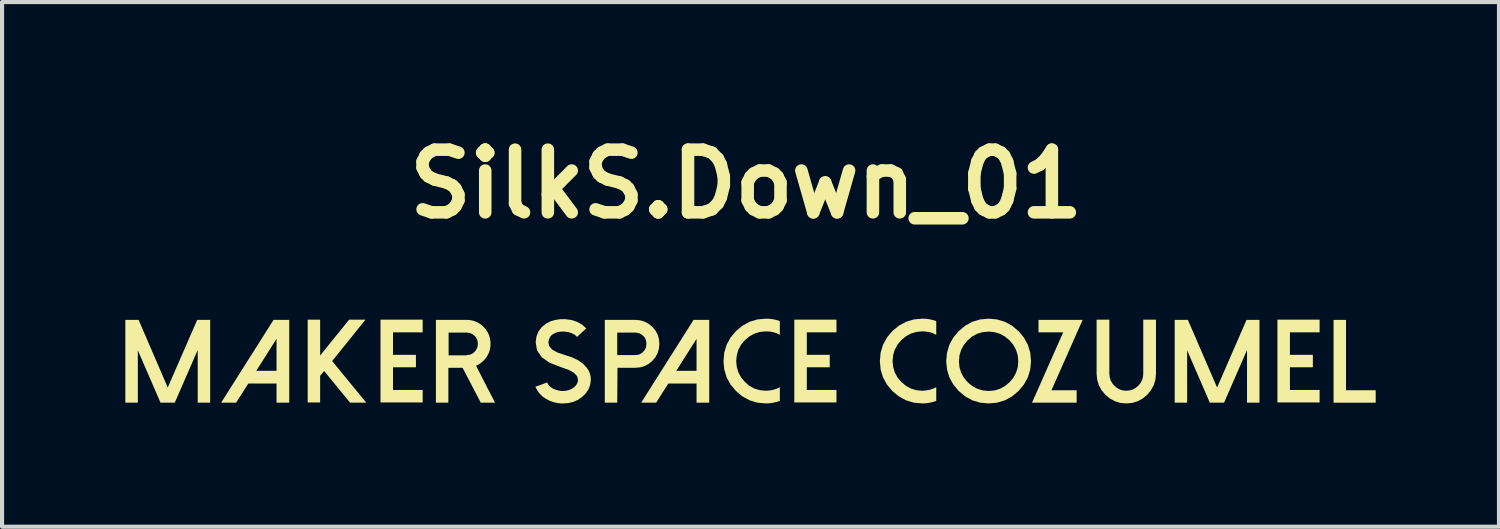
<source format=kicad_pcb>
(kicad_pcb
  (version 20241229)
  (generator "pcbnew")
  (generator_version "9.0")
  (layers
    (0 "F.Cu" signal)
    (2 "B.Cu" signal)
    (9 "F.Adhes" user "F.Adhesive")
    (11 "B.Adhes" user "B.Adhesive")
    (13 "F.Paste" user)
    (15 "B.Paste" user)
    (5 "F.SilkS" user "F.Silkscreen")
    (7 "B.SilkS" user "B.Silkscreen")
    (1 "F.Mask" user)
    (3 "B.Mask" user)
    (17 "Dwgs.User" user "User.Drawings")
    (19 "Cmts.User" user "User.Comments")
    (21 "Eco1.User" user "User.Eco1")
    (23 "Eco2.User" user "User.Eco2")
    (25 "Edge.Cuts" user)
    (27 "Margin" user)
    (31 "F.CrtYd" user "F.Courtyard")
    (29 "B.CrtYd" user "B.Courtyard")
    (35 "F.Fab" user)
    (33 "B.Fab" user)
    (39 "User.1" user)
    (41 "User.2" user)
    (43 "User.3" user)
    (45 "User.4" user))
  (footprint "SilkS.Down_01"
    (layer "F.Cu")
    (at 15.107 5.621)
    (property "Reference" "SilkS.Down_01" (at 0 -4.194 0) (layer "F.SilkS") (effects (font (size 1.524 1.524) (thickness 0.305))))
    (attr smd)
    (fp_poly (pts (xy 14.596 -0.887) (xy 14.596 -0.459) (xy 14.596 -0.031) (xy 14.596 0.397) (xy 14.596 0.825) (xy 14.777 0.825) (xy 14.957 0.825) (xy 15.138 0.825) (xy 15.318 0.825) (xy 15.318 0.9) (xy 15.318 0.976) (xy 15.318 1.052) (xy 15.318 1.128) (xy 15.062 1.128) (xy 14.806 1.128) (xy 14.549 1.128) (xy 14.293 1.128) (xy 14.293 0.624) (xy 14.293 0.12) (xy 14.293 -0.383) (xy 14.293 -0.887) (xy 14.369 -0.887) (xy 14.445 -0.887) (xy 14.52 -0.887) (xy 14.596 -0.887)) (stroke (width 0) (type solid)) (fill yes) (layer "F.SilkS"))
    (fp_poly (pts (xy 8.187 -0.887) (xy 7.997 -0.459) (xy 7.808 -0.031) (xy 7.618 0.397) (xy 7.428 0.825) (xy 7.582 0.825) (xy 7.735 0.825) (xy 7.888 0.825) (xy 8.041 0.825) (xy 8.041 0.9) (xy 8.041 0.976) (xy 8.041 1.052) (xy 8.041 1.128) (xy 7.77 1.128) (xy 7.498 1.128) (xy 7.227 1.128) (xy 6.955 1.128) (xy 7.145 0.7) (xy 7.334 0.272) (xy 7.524 -0.156) (xy 7.714 -0.584) (xy 7.564 -0.584) (xy 7.413 -0.584) (xy 7.263 -0.584) (xy 7.113 -0.584) (xy 7.113 -0.659) (xy 7.113 -0.735) (xy 7.113 -0.811) (xy 7.113 -0.887) (xy 7.382 -0.887) (xy 7.65 -0.887) (xy 7.919 -0.887) (xy 8.187 -0.887)) (stroke (width 0) (type solid)) (fill yes) (layer "F.SilkS"))
    (fp_poly (pts (xy -1.7 0.351) (xy -0.899 0.624) (xy -0.899 1.128) (xy -0.976 1.128) (xy -1.053 1.128) (xy -1.131 1.128) (xy -1.208 1.128) (xy -1.208 1.011) (xy -1.208 0.894) (xy -1.208 0.777) (xy -1.208 0.661) (xy -1.38 0.661) (xy -1.551 0.661) (xy -1.722 0.661) (xy -1.894 0.661) (xy -1.968 0.777) (xy -2.043 0.894) (xy -2.117 1.011) (xy -2.191 1.128) (xy -2.282 1.128) (xy -2.373 1.128) (xy -2.464 1.128) (xy -2.555 1.128) (xy -2.237 0.624) (xy -1.918 0.12) (xy -1.599 -0.383) (xy -1.281 -0.887) (xy -1.185 -0.887) (xy -1.09 -0.887) (xy -0.994 -0.887) (xy -0.899 -0.887) (xy -0.899 -0.383) (xy -0.899 0.12) (xy -0.899 0.624) (xy -1.7 0.351) (xy -1.577 0.351) (xy -1.454 0.351) (xy -1.331 0.351) (xy -1.208 0.351) (xy -1.208 0.157) (xy -1.208 -0.037) (xy -1.208 -0.232) (xy -1.208 -0.426) (xy -1.331 -0.232) (xy -1.454 -0.037) (xy -1.577 0.157) (xy -1.7 0.351)) (stroke (width 0) (type solid)) (fill yes) (layer "F.SilkS"))
    (fp_poly (pts (xy 2.197 -0.887) (xy 2.197 -0.811) (xy 2.197 -0.735) (xy 2.197 -0.659) (xy 2.197 -0.584) (xy 2.016 -0.584) (xy 1.836 -0.584) (xy 1.655 -0.584) (xy 1.475 -0.584) (xy 1.475 -0.447) (xy 1.475 -0.311) (xy 1.475 -0.174) (xy 1.475 -0.037) (xy 1.614 -0.037) (xy 1.754 -0.037) (xy 1.893 -0.037) (xy 2.033 -0.037) (xy 2.033 0.038) (xy 2.033 0.114) (xy 2.033 0.19) (xy 2.033 0.266) (xy 1.893 0.266) (xy 1.754 0.266) (xy 1.614 0.266) (xy 1.475 0.266) (xy 1.475 0.404) (xy 1.475 0.542) (xy 1.475 0.68) (xy 1.475 0.818) (xy 1.655 0.818) (xy 1.836 0.818) (xy 2.016 0.818) (xy 2.197 0.818) (xy 2.197 0.894) (xy 2.197 0.97) (xy 2.197 1.046) (xy 2.197 1.122) (xy 1.941 1.122) (xy 1.684 1.122) (xy 1.428 1.122) (xy 1.171 1.122) (xy 1.171 0.618) (xy 1.171 0.114) (xy 1.171 -0.389) (xy 1.171 -0.893) (xy 1.428 -0.893) (xy 1.684 -0.893) (xy 1.941 -0.893) (xy 2.197 -0.893) (xy 2.197 -0.892) (xy 2.197 -0.89) (xy 2.197 -0.889) (xy 2.197 -0.887)) (stroke (width 0) (type solid)) (fill yes) (layer "F.SilkS"))
    (fp_poly (pts (xy 12.49 -0.887) (xy 12.49 -0.383) (xy 12.49 0.12) (xy 12.49 0.624) (xy 12.49 1.128) (xy 12.414 1.128) (xy 12.339 1.128) (xy 12.263 1.128) (xy 12.187 1.128) (xy 12.187 0.808) (xy 12.187 0.488) (xy 12.187 0.168) (xy 12.187 -0.153) (xy 12.047 0.168) (xy 11.907 0.488) (xy 11.768 0.808) (xy 11.628 1.128) (xy 11.542 1.128) (xy 11.455 1.128) (xy 11.369 1.128) (xy 11.282 1.128) (xy 11.144 0.809) (xy 11.006 0.49) (xy 10.868 0.172) (xy 10.73 -0.147) (xy 10.73 0.172) (xy 10.73 0.49) (xy 10.73 0.809) (xy 10.73 1.128) (xy 10.654 1.128) (xy 10.578 1.128) (xy 10.503 1.128) (xy 10.427 1.128) (xy 10.427 0.624) (xy 10.427 0.12) (xy 10.427 -0.383) (xy 10.427 -0.887) (xy 10.507 -0.887) (xy 10.588 -0.887) (xy 10.668 -0.887) (xy 10.748 -0.887) (xy 10.926 -0.476) (xy 11.103 -0.065) (xy 11.281 0.347) (xy 11.459 0.758) (xy 11.638 0.347) (xy 11.817 -0.065) (xy 11.996 -0.476) (xy 12.175 -0.887) (xy 12.254 -0.887) (xy 12.332 -0.887) (xy 12.411 -0.887) (xy 12.49 -0.887)) (stroke (width 0) (type solid)) (fill yes) (layer "F.SilkS"))
    (fp_poly (pts (xy 13.953 -0.887) (xy 13.953 -0.811) (xy 13.953 -0.735) (xy 13.953 -0.659) (xy 13.953 -0.584) (xy 13.772 -0.584) (xy 13.592 -0.584) (xy 13.411 -0.584) (xy 13.231 -0.584) (xy 13.231 -0.447) (xy 13.231 -0.311) (xy 13.231 -0.174) (xy 13.231 -0.037) (xy 13.37 -0.037) (xy 13.51 -0.037) (xy 13.65 -0.037) (xy 13.789 -0.037) (xy 13.789 0.038) (xy 13.789 0.114) (xy 13.789 0.19) (xy 13.789 0.266) (xy 13.65 0.266) (xy 13.51 0.266) (xy 13.37 0.266) (xy 13.231 0.266) (xy 13.231 0.404) (xy 13.231 0.542) (xy 13.231 0.68) (xy 13.231 0.818) (xy 13.411 0.818) (xy 13.592 0.818) (xy 13.772 0.818) (xy 13.953 0.818) (xy 13.953 0.894) (xy 13.953 0.97) (xy 13.953 1.046) (xy 13.953 1.122) (xy 13.696 1.122) (xy 13.44 1.122) (xy 13.184 1.122) (xy 12.927 1.122) (xy 12.927 0.618) (xy 12.927 0.114) (xy 12.927 -0.389) (xy 12.927 -0.893) (xy 13.184 -0.893) (xy 13.44 -0.893) (xy 13.696 -0.893) (xy 13.953 -0.893) (xy 13.953 -0.892) (xy 13.953 -0.89) (xy 13.953 -0.889) (xy 13.953 -0.887)) (stroke (width 0) (type solid)) (fill yes) (layer "F.SilkS"))
    (fp_poly (pts (xy 0.479 0.837) (xy 0.569 0.831) (xy 0.656 0.815) (xy 0.74 0.788) (xy 0.819 0.752) (xy 0.819 0.835) (xy 0.819 0.919) (xy 0.819 1.002) (xy 0.819 1.085) (xy 0.736 1.11) (xy 0.651 1.13) (xy 0.566 1.142) (xy 0.479 1.146) (xy 0.273 1.127) (xy 0.083 1.07) (xy -0.091 0.975) (xy -0.249 0.843) (xy -0.381 0.685) (xy -0.476 0.511) (xy -0.533 0.321) (xy -0.552 0.115) (xy -0.533 -0.091) (xy -0.476 -0.282) (xy -0.381 -0.456) (xy -0.249 -0.614) (xy -0.091 -0.746) (xy 0.083 -0.841) (xy 0.273 -0.898) (xy 0.479 -0.917) (xy 0.566 -0.914) (xy 0.651 -0.903) (xy 0.736 -0.884) (xy 0.819 -0.857) (xy 0.819 -0.773) (xy 0.819 -0.69) (xy 0.819 -0.606) (xy 0.819 -0.523) (xy 0.74 -0.562) (xy 0.656 -0.588) (xy 0.569 -0.603) (xy 0.479 -0.608) (xy 0.335 -0.594) (xy 0.202 -0.554) (xy 0.08 -0.487) (xy -0.031 -0.395) (xy -0.123 -0.285) (xy -0.189 -0.163) (xy -0.229 -0.03) (xy -0.243 0.115) (xy -0.229 0.259) (xy -0.189 0.392) (xy -0.123 0.514) (xy -0.031 0.624) (xy 0.08 0.719) (xy 0.202 0.785) (xy 0.335 0.824) (xy 0.479 0.837)) (stroke (width 0) (type solid)) (fill yes) (layer "F.SilkS"))
    (fp_poly (pts (xy 4.284 0.837) (xy 4.374 0.831) (xy 4.461 0.815) (xy 4.545 0.788) (xy 4.625 0.752) (xy 4.625 0.835) (xy 4.625 0.919) (xy 4.625 1.002) (xy 4.625 1.085) (xy 4.542 1.11) (xy 4.457 1.13) (xy 4.371 1.142) (xy 4.284 1.146) (xy 4.079 1.127) (xy 3.889 1.07) (xy 3.715 0.975) (xy 3.556 0.843) (xy 3.424 0.685) (xy 3.329 0.511) (xy 3.272 0.321) (xy 3.253 0.115) (xy 3.272 -0.091) (xy 3.329 -0.282) (xy 3.424 -0.456) (xy 3.556 -0.614) (xy 3.715 -0.746) (xy 3.889 -0.841) (xy 4.079 -0.898) (xy 4.284 -0.917) (xy 4.371 -0.914) (xy 4.457 -0.903) (xy 4.542 -0.884) (xy 4.625 -0.857) (xy 4.625 -0.773) (xy 4.625 -0.69) (xy 4.625 -0.606) (xy 4.625 -0.523) (xy 4.545 -0.562) (xy 4.461 -0.588) (xy 4.374 -0.603) (xy 4.284 -0.608) (xy 4.14 -0.594) (xy 4.007 -0.554) (xy 3.885 -0.487) (xy 3.775 -0.395) (xy 3.683 -0.285) (xy 3.616 -0.163) (xy 3.576 -0.03) (xy 3.562 0.115) (xy 3.576 0.259) (xy 3.616 0.392) (xy 3.683 0.514) (xy 3.775 0.624) (xy 3.889 0.719) (xy 4.011 0.785) (xy 4.143 0.824) (xy 4.284 0.837)) (stroke (width 0) (type solid)) (fill yes) (layer "F.SilkS"))
    (fp_poly (pts (xy 8.739 0.934) (xy 8.647 0.823) (xy 8.581 0.701) (xy 8.541 0.568) (xy 8.527 0.424) (xy 8.527 0.095) (xy 8.527 -0.235) (xy 8.527 -0.564) (xy 8.527 -0.893) (xy 8.605 -0.893) (xy 8.682 -0.893) (xy 8.759 -0.893) (xy 8.837 -0.893) (xy 8.837 -0.564) (xy 8.837 -0.235) (xy 8.837 0.095) (xy 8.837 0.424) (xy 8.845 0.507) (xy 8.868 0.583) (xy 8.906 0.653) (xy 8.958 0.715) (xy 9.021 0.767) (xy 9.09 0.806) (xy 9.166 0.829) (xy 9.25 0.837) (xy 9.332 0.829) (xy 9.409 0.806) (xy 9.478 0.767) (xy 9.541 0.715) (xy 9.593 0.653) (xy 9.631 0.583) (xy 9.654 0.507) (xy 9.662 0.424) (xy 9.662 0.095) (xy 9.662 -0.235) (xy 9.662 -0.564) (xy 9.662 -0.893) (xy 9.739 -0.893) (xy 9.817 -0.893) (xy 9.894 -0.893) (xy 9.972 -0.893) (xy 9.972 -0.564) (xy 9.972 -0.235) (xy 9.972 0.095) (xy 9.972 0.424) (xy 9.958 0.568) (xy 9.918 0.699) (xy 9.851 0.821) (xy 9.759 0.934) (xy 9.649 1.026) (xy 9.527 1.092) (xy 9.394 1.133) (xy 9.25 1.146) (xy 9.105 1.133) (xy 8.972 1.092) (xy 8.85 1.026) (xy 8.739 0.934)) (stroke (width 0) (type solid)) (fill yes) (layer "F.SilkS"))
    (fp_poly (pts (xy -3.138 -0.031) (xy -3.138 1.128) (xy -3.214 1.128) (xy -3.29 1.128) (xy -3.366 1.128) (xy -3.441 1.128) (xy -3.441 0.624) (xy -3.441 0.12) (xy -3.441 -0.383) (xy -3.441 -0.887) (xy -3.255 -0.887) (xy -3.068 -0.887) (xy -2.882 -0.887) (xy -2.695 -0.887) (xy -2.58 -0.877) (xy -2.473 -0.845) (xy -2.373 -0.792) (xy -2.282 -0.717) (xy -2.207 -0.627) (xy -2.154 -0.529) (xy -2.123 -0.422) (xy -2.112 -0.305) (xy -2.123 -0.19) (xy -2.154 -0.082) (xy -2.207 0.017) (xy -2.282 0.108) (xy -2.372 0.183) (xy -2.47 0.236) (xy -2.578 0.268) (xy -2.695 0.278) (xy -2.804 0.278) (xy -2.914 0.278) (xy -3.023 0.278) (xy -3.132 0.278) (xy -3.133 0.491) (xy -3.135 0.703) (xy -3.136 0.915) (xy -3.138 1.128) (xy -3.138 -0.031) (xy -3.029 -0.031) (xy -2.919 -0.031) (xy -2.81 -0.031) (xy -2.701 -0.031) (xy -2.645 -0.036) (xy -2.595 -0.05) (xy -2.549 -0.075) (xy -2.507 -0.11) (xy -2.471 -0.152) (xy -2.447 -0.198) (xy -2.433 -0.249) (xy -2.428 -0.305) (xy -2.433 -0.361) (xy -2.447 -0.413) (xy -2.471 -0.459) (xy -2.507 -0.499) (xy -2.55 -0.534) (xy -2.597 -0.559) (xy -2.648 -0.573) (xy -2.701 -0.578) (xy -2.81 -0.578) (xy -2.919 -0.578) (xy -3.029 -0.578) (xy -3.138 -0.578) (xy -3.138 -0.441) (xy -3.138 -0.304) (xy -3.138 -0.168) (xy -3.138 -0.031)) (stroke (width 0) (type solid)) (fill yes) (layer "F.SilkS"))
    (fp_poly (pts (xy 5.389 -0.389) (xy 4.867 0.114) (xy 4.887 -0.092) (xy 4.944 -0.282) (xy 5.039 -0.456) (xy 5.171 -0.614) (xy 5.329 -0.746) (xy 5.503 -0.841) (xy 5.693 -0.898) (xy 5.899 -0.917) (xy 6.105 -0.898) (xy 6.295 -0.841) (xy 6.469 -0.746) (xy 6.627 -0.614) (xy 6.759 -0.456) (xy 6.854 -0.282) (xy 6.912 -0.092) (xy 6.931 0.114) (xy 6.912 0.32) (xy 6.854 0.51) (xy 6.759 0.684) (xy 6.627 0.843) (xy 6.469 0.975) (xy 6.295 1.07) (xy 6.105 1.127) (xy 5.899 1.146) (xy 5.693 1.127) (xy 5.503 1.07) (xy 5.329 0.975) (xy 5.171 0.843) (xy 5.039 0.684) (xy 4.944 0.51) (xy 4.887 0.32) (xy 4.867 0.114) (xy 5.389 -0.389) (xy 5.297 -0.279) (xy 5.231 -0.157) (xy 5.19 -0.024) (xy 5.177 0.121) (xy 5.19 0.265) (xy 5.231 0.398) (xy 5.297 0.52) (xy 5.389 0.63) (xy 5.5 0.722) (xy 5.621 0.789) (xy 5.755 0.829) (xy 5.899 0.843) (xy 6.044 0.829) (xy 6.177 0.789) (xy 6.298 0.722) (xy 6.409 0.63) (xy 6.501 0.52) (xy 6.567 0.398) (xy 6.608 0.265) (xy 6.621 0.121) (xy 6.608 -0.024) (xy 6.567 -0.157) (xy 6.501 -0.279) (xy 6.409 -0.389) (xy 6.298 -0.481) (xy 6.177 -0.548) (xy 6.044 -0.588) (xy 5.899 -0.602) (xy 5.755 -0.589) (xy 5.621 -0.55) (xy 5.5 -0.484) (xy 5.389 -0.389)) (stroke (width 0) (type solid)) (fill yes) (layer "F.SilkS"))
    (fp_poly (pts (xy -4.498 1.146) (xy -4.595 1.136) (xy -4.689 1.114) (xy -4.78 1.081) (xy -4.868 1.037) (xy -4.955 0.977) (xy -5.028 0.906) (xy -5.085 0.827) (xy -5.129 0.739) (xy -5.058 0.714) (xy -4.986 0.688) (xy -4.915 0.662) (xy -4.844 0.636) (xy -4.821 0.68) (xy -4.789 0.719) (xy -4.748 0.755) (xy -4.698 0.788) (xy -4.647 0.808) (xy -4.596 0.824) (xy -4.542 0.836) (xy -4.486 0.843) (xy -4.402 0.84) (xy -4.326 0.825) (xy -4.257 0.797) (xy -4.194 0.758) (xy -4.151 0.716) (xy -4.12 0.671) (xy -4.1 0.625) (xy -4.091 0.576) (xy -4.113 0.485) (xy -4.187 0.403) (xy -4.315 0.33) (xy -4.498 0.266) (xy -4.779 0.159) (xy -4.976 0.021) (xy -5.091 -0.148) (xy -5.122 -0.347) (xy -5.102 -0.488) (xy -5.051 -0.611) (xy -4.971 -0.715) (xy -4.862 -0.802) (xy -4.761 -0.852) (xy -4.652 -0.885) (xy -4.534 -0.903) (xy -4.406 -0.905) (xy -4.254 -0.885) (xy -4.117 -0.841) (xy -3.995 -0.773) (xy -3.891 -0.681) (xy -3.947 -0.629) (xy -4.003 -0.578) (xy -4.059 -0.526) (xy -4.115 -0.474) (xy -4.175 -0.527) (xy -4.247 -0.565) (xy -4.328 -0.59) (xy -4.419 -0.602) (xy -4.485 -0.603) (xy -4.546 -0.597) (xy -4.603 -0.585) (xy -4.655 -0.565) (xy -4.723 -0.527) (xy -4.771 -0.475) (xy -4.8 -0.411) (xy -4.813 -0.335) (xy -4.791 -0.244) (xy -4.717 -0.162) (xy -4.589 -0.092) (xy -4.406 -0.031) (xy -4.233 0.026) (xy -4.088 0.096) (xy -3.97 0.18) (xy -3.879 0.278) (xy -3.832 0.349) (xy -3.8 0.426) (xy -3.784 0.506) (xy -3.781 0.588) (xy -3.798 0.703) (xy -3.841 0.809) (xy -3.908 0.907) (xy -4 0.994) (xy -4.1 1.062) (xy -4.21 1.109) (xy -4.33 1.137) (xy -4.461 1.146) (xy -4.47 1.146) (xy -4.479 1.146) (xy -4.489 1.146) (xy -4.498 1.146)) (stroke (width 0) (type solid)) (fill yes) (layer "F.SilkS"))
    (fp_poly (pts (xy -11.92 0.351) (xy -11.119 0.372) (xy -11.119 0.624) (xy -11.119 0.876) (xy -11.119 1.128) (xy -11.158 1.128) (xy -11.196 1.128) (xy -11.235 1.128) (xy -11.274 1.128) (xy -11.312 1.128) (xy -11.351 1.128) (xy -11.39 1.128) (xy -11.428 1.128) (xy -11.428 1.07) (xy -11.428 1.011) (xy -11.428 0.953) (xy -11.428 0.894) (xy -11.428 0.836) (xy -11.428 0.777) (xy -11.428 0.719) (xy -11.428 0.661) (xy -11.514 0.661) (xy -11.6 0.661) (xy -11.686 0.661) (xy -11.771 0.661) (xy -11.857 0.661) (xy -11.943 0.661) (xy -12.028 0.661) (xy -12.114 0.661) (xy -12.151 0.719) (xy -12.189 0.777) (xy -12.226 0.836) (xy -12.263 0.894) (xy -12.3 0.953) (xy -12.338 1.011) (xy -12.375 1.07) (xy -12.412 1.128) (xy -12.457 1.128) (xy -12.503 1.128) (xy -12.548 1.128) (xy -12.594 1.128) (xy -12.64 1.128) (xy -12.685 1.128) (xy -12.731 1.128) (xy -12.776 1.128) (xy -12.617 0.876) (xy -12.457 0.624) (xy -12.298 0.372) (xy -12.139 0.12) (xy -11.979 -0.131) (xy -11.82 -0.383) (xy -11.661 -0.635) (xy -11.501 -0.887) (xy -11.454 -0.887) (xy -11.406 -0.887) (xy -11.358 -0.887) (xy -11.31 -0.887) (xy -11.262 -0.887) (xy -11.215 -0.887) (xy -11.167 -0.887) (xy -11.119 -0.887) (xy -11.119 -0.635) (xy -11.119 -0.383) (xy -11.119 -0.131) (xy -11.119 0.12) (xy -11.119 0.372) (xy -11.92 0.351) (xy -11.859 0.351) (xy -11.797 0.351) (xy -11.736 0.351) (xy -11.674 0.351) (xy -11.613 0.351) (xy -11.551 0.351) (xy -11.49 0.351) (xy -11.428 0.351) (xy -11.428 0.254) (xy -11.428 0.157) (xy -11.428 0.06) (xy -11.428 -0.037) (xy -11.428 -0.134) (xy -11.428 -0.232) (xy -11.428 -0.329) (xy -11.428 -0.426) (xy -11.49 -0.329) (xy -11.551 -0.232) (xy -11.613 -0.134) (xy -11.674 -0.037) (xy -11.736 0.06) (xy -11.797 0.157) (xy -11.859 0.254) (xy -11.92 0.351)) (stroke (width 0) (type solid)) (fill yes) (layer "F.SilkS"))
    (fp_poly (pts (xy -13.043 -0.887) (xy -13.043 -0.635) (xy -13.043 -0.383) (xy -13.043 -0.132) (xy -13.043 0.12) (xy -13.043 0.372) (xy -13.043 0.624) (xy -13.043 0.876) (xy -13.043 1.128) (xy -13.081 1.128) (xy -13.119 1.128) (xy -13.157 1.128) (xy -13.195 1.128) (xy -13.233 1.128) (xy -13.271 1.128) (xy -13.308 1.128) (xy -13.346 1.128) (xy -13.346 0.968) (xy -13.346 0.808) (xy -13.346 0.648) (xy -13.346 0.488) (xy -13.346 0.328) (xy -13.346 0.168) (xy -13.346 0.007) (xy -13.346 -0.153) (xy -13.416 0.007) (xy -13.486 0.168) (xy -13.556 0.328) (xy -13.626 0.488) (xy -13.695 0.648) (xy -13.765 0.808) (xy -13.835 0.968) (xy -13.905 1.128) (xy -13.948 1.128) (xy -13.991 1.128) (xy -14.035 1.128) (xy -14.078 1.128) (xy -14.121 1.128) (xy -14.164 1.128) (xy -14.208 1.128) (xy -14.251 1.128) (xy -14.32 0.968) (xy -14.389 0.809) (xy -14.458 0.65) (xy -14.527 0.49) (xy -14.596 0.331) (xy -14.665 0.172) (xy -14.734 0.012) (xy -14.803 -0.147) (xy -14.803 0.012) (xy -14.803 0.172) (xy -14.803 0.331) (xy -14.803 0.49) (xy -14.803 0.65) (xy -14.803 0.809) (xy -14.803 0.968) (xy -14.803 1.128) (xy -14.841 1.128) (xy -14.879 1.128) (xy -14.917 1.128) (xy -14.955 1.128) (xy -14.993 1.128) (xy -15.031 1.128) (xy -15.069 1.128) (xy -15.107 1.128) (xy -15.107 0.876) (xy -15.107 0.624) (xy -15.107 0.372) (xy -15.107 0.12) (xy -15.107 -0.132) (xy -15.107 -0.383) (xy -15.107 -0.635) (xy -15.107 -0.887) (xy -15.067 -0.887) (xy -15.026 -0.887) (xy -14.986 -0.887) (xy -14.946 -0.887) (xy -14.906 -0.887) (xy -14.865 -0.887) (xy -14.825 -0.887) (xy -14.785 -0.887) (xy -14.696 -0.681) (xy -14.607 -0.476) (xy -14.519 -0.27) (xy -14.43 -0.065) (xy -14.341 0.141) (xy -14.252 0.347) (xy -14.164 0.552) (xy -14.075 0.758) (xy -13.985 0.552) (xy -13.896 0.347) (xy -13.806 0.141) (xy -13.717 -0.065) (xy -13.627 -0.27) (xy -13.538 -0.476) (xy -13.448 -0.681) (xy -13.358 -0.887) (xy -13.319 -0.887) (xy -13.28 -0.887) (xy -13.24 -0.887) (xy -13.201 -0.887) (xy -13.161 -0.887) (xy -13.122 -0.887) (xy -13.083 -0.887) (xy -13.043 -0.887)) (stroke (width 0) (type solid)) (fill yes) (layer "F.SilkS"))
    (fp_poly (pts (xy -9.268 -0.887) (xy -9.369 -0.762) (xy -9.47 -0.637) (xy -9.571 -0.511) (xy -9.671 -0.386) (xy -9.772 -0.261) (xy -9.873 -0.136) (xy -9.974 -0.011) (xy -10.075 0.115) (xy -9.971 0.241) (xy -9.867 0.368) (xy -9.763 0.495) (xy -9.659 0.621) (xy -9.555 0.748) (xy -9.452 0.874) (xy -9.348 1.001) (xy -9.244 1.128) (xy -9.293 1.128) (xy -9.342 1.128) (xy -9.392 1.128) (xy -9.441 1.128) (xy -9.49 1.128) (xy -9.54 1.128) (xy -9.589 1.128) (xy -9.638 1.128) (xy -9.717 1.031) (xy -9.796 0.935) (xy -9.875 0.839) (xy -9.954 0.742) (xy -10.033 0.646) (xy -10.112 0.55) (xy -10.19 0.454) (xy -10.269 0.357) (xy -10.282 0.372) (xy -10.294 0.386) (xy -10.306 0.4) (xy -10.318 0.415) (xy -10.33 0.429) (xy -10.342 0.444) (xy -10.354 0.458) (xy -10.367 0.472) (xy -10.367 0.553) (xy -10.367 0.635) (xy -10.367 0.716) (xy -10.367 0.797) (xy -10.367 0.878) (xy -10.367 0.96) (xy -10.367 1.041) (xy -10.367 1.122) (xy -10.405 1.122) (xy -10.442 1.122) (xy -10.48 1.122) (xy -10.518 1.122) (xy -10.556 1.122) (xy -10.594 1.122) (xy -10.632 1.122) (xy -10.67 1.122) (xy -10.67 0.87) (xy -10.67 0.618) (xy -10.67 0.366) (xy -10.67 0.114) (xy -10.67 -0.137) (xy -10.67 -0.389) (xy -10.67 -0.641) (xy -10.67 -0.893) (xy -10.632 -0.893) (xy -10.594 -0.893) (xy -10.556 -0.893) (xy -10.518 -0.893) (xy -10.48 -0.893) (xy -10.442 -0.893) (xy -10.405 -0.893) (xy -10.367 -0.893) (xy -10.367 -0.784) (xy -10.367 -0.675) (xy -10.367 -0.565) (xy -10.367 -0.456) (xy -10.367 -0.347) (xy -10.367 -0.238) (xy -10.367 -0.129) (xy -10.367 -0.019) (xy -10.279 -0.129) (xy -10.191 -0.238) (xy -10.103 -0.347) (xy -10.015 -0.456) (xy -9.926 -0.565) (xy -9.838 -0.675) (xy -9.75 -0.784) (xy -9.662 -0.893) (xy -9.613 -0.893) (xy -9.564 -0.893) (xy -9.515 -0.893) (xy -9.465 -0.893) (xy -9.416 -0.893) (xy -9.367 -0.893) (xy -9.317 -0.893) (xy -9.268 -0.893) (xy -9.268 -0.892) (xy -9.268 -0.892) (xy -9.268 -0.891) (xy -9.268 -0.89) (xy -9.268 -0.889) (xy -9.268 -0.889) (xy -9.268 -0.888) (xy -9.268 -0.887)) (stroke (width 0) (type solid)) (fill yes) (layer "F.SilkS"))
    (fp_poly (pts (xy -7.872 -0.887) (xy -7.872 -0.849) (xy -7.872 -0.811) (xy -7.872 -0.773) (xy -7.872 -0.735) (xy -7.872 -0.697) (xy -7.872 -0.659) (xy -7.872 -0.622) (xy -7.872 -0.584) (xy -7.962 -0.584) (xy -8.052 -0.584) (xy -8.143 -0.584) (xy -8.233 -0.584) (xy -8.323 -0.584) (xy -8.413 -0.584) (xy -8.504 -0.584) (xy -8.594 -0.584) (xy -8.594 -0.515) (xy -8.594 -0.447) (xy -8.594 -0.379) (xy -8.594 -0.311) (xy -8.594 -0.242) (xy -8.594 -0.174) (xy -8.594 -0.106) (xy -8.594 -0.037) (xy -8.524 -0.037) (xy -8.454 -0.037) (xy -8.385 -0.037) (xy -8.315 -0.037) (xy -8.245 -0.037) (xy -8.175 -0.037) (xy -8.105 -0.037) (xy -8.036 -0.037) (xy -8.036 0.001) (xy -8.036 0.038) (xy -8.036 0.076) (xy -8.036 0.114) (xy -8.036 0.152) (xy -8.036 0.19) (xy -8.036 0.228) (xy -8.036 0.266) (xy -8.105 0.266) (xy -8.175 0.266) (xy -8.245 0.266) (xy -8.315 0.266) (xy -8.385 0.266) (xy -8.454 0.266) (xy -8.524 0.266) (xy -8.594 0.266) (xy -8.594 0.335) (xy -8.594 0.404) (xy -8.594 0.473) (xy -8.594 0.542) (xy -8.594 0.611) (xy -8.594 0.68) (xy -8.594 0.749) (xy -8.594 0.818) (xy -8.504 0.818) (xy -8.413 0.818) (xy -8.323 0.818) (xy -8.233 0.818) (xy -8.143 0.818) (xy -8.052 0.818) (xy -7.962 0.818) (xy -7.872 0.818) (xy -7.872 0.856) (xy -7.872 0.894) (xy -7.872 0.932) (xy -7.872 0.97) (xy -7.872 1.008) (xy -7.872 1.046) (xy -7.872 1.084) (xy -7.872 1.122) (xy -8 1.122) (xy -8.128 1.122) (xy -8.257 1.122) (xy -8.385 1.122) (xy -8.513 1.122) (xy -8.641 1.122) (xy -8.77 1.122) (xy -8.898 1.122) (xy -8.898 0.87) (xy -8.898 0.618) (xy -8.898 0.366) (xy -8.898 0.114) (xy -8.898 -0.137) (xy -8.898 -0.389) (xy -8.898 -0.641) (xy -8.898 -0.893) (xy -8.77 -0.893) (xy -8.641 -0.893) (xy -8.513 -0.893) (xy -8.385 -0.893) (xy -8.257 -0.893) (xy -8.128 -0.893) (xy -8 -0.893) (xy -7.872 -0.893) (xy -7.872 -0.892) (xy -7.872 -0.892) (xy -7.872 -0.891) (xy -7.872 -0.89) (xy -7.872 -0.889) (xy -7.872 -0.889) (xy -7.872 -0.888) (xy -7.872 -0.887)) (stroke (width 0) (type solid)) (fill yes) (layer "F.SilkS"))
    (fp_poly (pts (xy -6.804 -0.031) (xy -6.112 1.128) (xy -6.155 1.128) (xy -6.198 1.128) (xy -6.242 1.128) (xy -6.285 1.128) (xy -6.328 1.128) (xy -6.372 1.128) (xy -6.415 1.128) (xy -6.458 1.128) (xy -6.513 1.022) (xy -6.569 0.915) (xy -6.624 0.809) (xy -6.679 0.703) (xy -6.735 0.597) (xy -6.79 0.491) (xy -6.846 0.384) (xy -6.901 0.278) (xy -6.944 0.278) (xy -6.987 0.278) (xy -7.031 0.278) (xy -7.074 0.278) (xy -7.117 0.278) (xy -7.16 0.278) (xy -7.204 0.278) (xy -7.247 0.278) (xy -7.247 0.384) (xy -7.247 0.491) (xy -7.247 0.597) (xy -7.247 0.703) (xy -7.247 0.809) (xy -7.247 0.915) (xy -7.247 1.022) (xy -7.247 1.128) (xy -7.285 1.128) (xy -7.323 1.128) (xy -7.361 1.128) (xy -7.399 1.128) (xy -7.436 1.128) (xy -7.474 1.128) (xy -7.512 1.128) (xy -7.55 1.128) (xy -7.55 0.876) (xy -7.55 0.624) (xy -7.55 0.372) (xy -7.55 0.12) (xy -7.55 -0.132) (xy -7.55 -0.383) (xy -7.55 -0.635) (xy -7.55 -0.887) (xy -7.457 -0.887) (xy -7.364 -0.887) (xy -7.27 -0.887) (xy -7.177 -0.887) (xy -7.084 -0.887) (xy -6.991 -0.887) (xy -6.897 -0.887) (xy -6.804 -0.887) (xy -6.746 -0.885) (xy -6.689 -0.877) (xy -6.634 -0.864) (xy -6.582 -0.845) (xy -6.531 -0.822) (xy -6.482 -0.792) (xy -6.435 -0.758) (xy -6.391 -0.717) (xy -6.351 -0.673) (xy -6.316 -0.627) (xy -6.287 -0.579) (xy -6.263 -0.529) (xy -6.245 -0.477) (xy -6.232 -0.422) (xy -6.224 -0.365) (xy -6.221 -0.305) (xy -6.223 -0.262) (xy -6.227 -0.219) (xy -6.234 -0.178) (xy -6.245 -0.137) (xy -6.258 -0.097) (xy -6.275 -0.058) (xy -6.295 -0.02) (xy -6.318 0.017) (xy -6.344 0.052) (xy -6.372 0.085) (xy -6.401 0.115) (xy -6.432 0.142) (xy -6.465 0.167) (xy -6.499 0.19) (xy -6.535 0.211) (xy -6.573 0.23) (xy -6.515 0.342) (xy -6.458 0.454) (xy -6.4 0.566) (xy -6.342 0.679) (xy -6.285 0.791) (xy -6.227 0.903) (xy -6.169 1.015) (xy -6.112 1.128) (xy -6.804 -0.031) (xy -6.775 -0.033) (xy -6.748 -0.036) (xy -6.722 -0.042) (xy -6.698 -0.05) (xy -6.674 -0.061) (xy -6.652 -0.075) (xy -6.631 -0.091) (xy -6.61 -0.11) (xy -6.591 -0.131) (xy -6.574 -0.152) (xy -6.561 -0.175) (xy -6.55 -0.198) (xy -6.541 -0.223) (xy -6.535 -0.249) (xy -6.532 -0.276) (xy -6.531 -0.305) (xy -6.532 -0.334) (xy -6.535 -0.361) (xy -6.541 -0.388) (xy -6.55 -0.413) (xy -6.561 -0.437) (xy -6.574 -0.459) (xy -6.591 -0.48) (xy -6.61 -0.499) (xy -6.631 -0.518) (xy -6.653 -0.534) (xy -6.676 -0.548) (xy -6.7 -0.559) (xy -6.725 -0.567) (xy -6.75 -0.573) (xy -6.777 -0.576) (xy -6.804 -0.578) (xy -6.859 -0.578) (xy -6.913 -0.578) (xy -6.968 -0.578) (xy -7.022 -0.578) (xy -7.077 -0.578) (xy -7.132 -0.578) (xy -7.186 -0.578) (xy -7.241 -0.578) (xy -7.241 -0.508) (xy -7.241 -0.439) (xy -7.241 -0.37) (xy -7.241 -0.301) (xy -7.241 -0.232) (xy -7.241 -0.163) (xy -7.241 -0.094) (xy -7.241 -0.025) (xy -7.186 -0.025) (xy -7.132 -0.025) (xy -7.077 -0.025) (xy -7.022 -0.025) (xy -6.968 -0.025) (xy -6.913 -0.025) (xy -6.859 -0.025) (xy -6.804 -0.025) (xy -6.804 -0.026) (xy -6.804 -0.027) (xy -6.804 -0.027) (xy -6.804 -0.028) (xy -6.804 -0.029) (xy -6.804 -0.03) (xy -6.804 -0.031) (xy -6.804 -0.031)) (stroke (width 0) (type solid)) (fill yes) (layer "F.SilkS")))
  (gr_rect
    (start -3 -3)
    (end 33.425 9.767)
    (stroke (width 0.1) (type default))
    (fill no)
    (layer "Edge.Cuts")))
</source>
